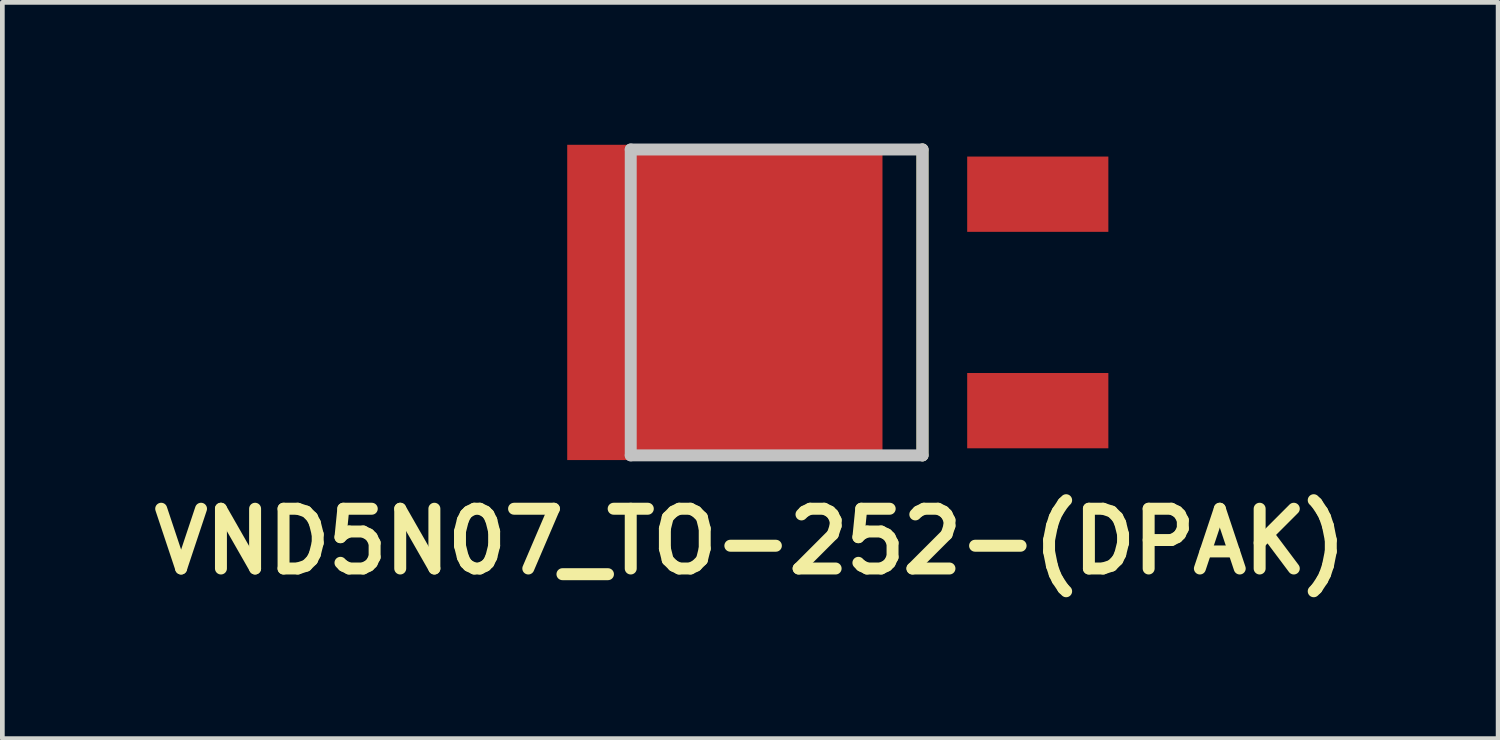
<source format=kicad_pcb>
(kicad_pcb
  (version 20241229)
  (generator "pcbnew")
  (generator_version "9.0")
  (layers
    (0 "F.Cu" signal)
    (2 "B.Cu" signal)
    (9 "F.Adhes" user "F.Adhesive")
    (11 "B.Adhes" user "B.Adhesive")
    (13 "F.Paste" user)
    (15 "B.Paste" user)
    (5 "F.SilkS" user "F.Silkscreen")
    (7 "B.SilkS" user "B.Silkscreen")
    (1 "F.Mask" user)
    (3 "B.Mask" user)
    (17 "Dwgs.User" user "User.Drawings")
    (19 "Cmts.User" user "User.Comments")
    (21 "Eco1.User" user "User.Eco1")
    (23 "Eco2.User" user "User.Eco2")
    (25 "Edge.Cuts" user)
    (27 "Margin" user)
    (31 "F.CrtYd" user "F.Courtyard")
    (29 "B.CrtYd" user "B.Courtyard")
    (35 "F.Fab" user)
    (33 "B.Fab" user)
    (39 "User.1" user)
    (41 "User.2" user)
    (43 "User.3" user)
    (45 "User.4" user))
  (footprint "VND5N07_TO-252-(DPAK)"
    (layer "F.Cu")
    (at 10.354 3.377)
    (property "Reference" "VND5N07_TO-252-(DPAK)" (at 2.54 5.08 0) (layer "F.SilkS") (effects (font (size 1.27 1.27) (thickness 0.254))))
    (attr smd)
    (fp_line (start 6.2 -3.25) (end 6.2 3.25) (stroke (width 0.254) (type solid)) (layer "F.SilkS"))
    (fp_line (start 0 -3.25) (end 6.2 -3.25) (stroke (width 0.254) (type solid)) (layer "Dwgs.User"))
    (fp_line (start 0 3.25) (end 0 -3.25) (stroke (width 0.254) (type solid)) (layer "Dwgs.User"))
    (fp_line (start 6.2 -3.25) (end 6.2 3.25) (stroke (width 0.254) (type solid)) (layer "Dwgs.User"))
    (fp_line (start 6.2 3.25) (end 0 3.25) (stroke (width 0.254) (type solid)) (layer "Dwgs.User"))
    (pad "1" smd rect (at 8.65 2.3 90) (size 1.6 3) (layers "F.Cu" "F.Mask" "F.Paste"))
    (pad "2" smd rect (at 2 0 90) (size 6.7 6.7) (layers "F.Cu" "F.Mask" "F.Paste"))
    (pad "3" smd rect (at 8.65 -2.3 90) (size 1.6 3) (layers "F.Cu" "F.Mask" "F.Paste")))
  (gr_rect
    (start -3 -3)
    (end 28.787 12.646)
    (stroke (width 0.1) (type default))
    (fill no)
    (layer "Edge.Cuts")))
</source>
